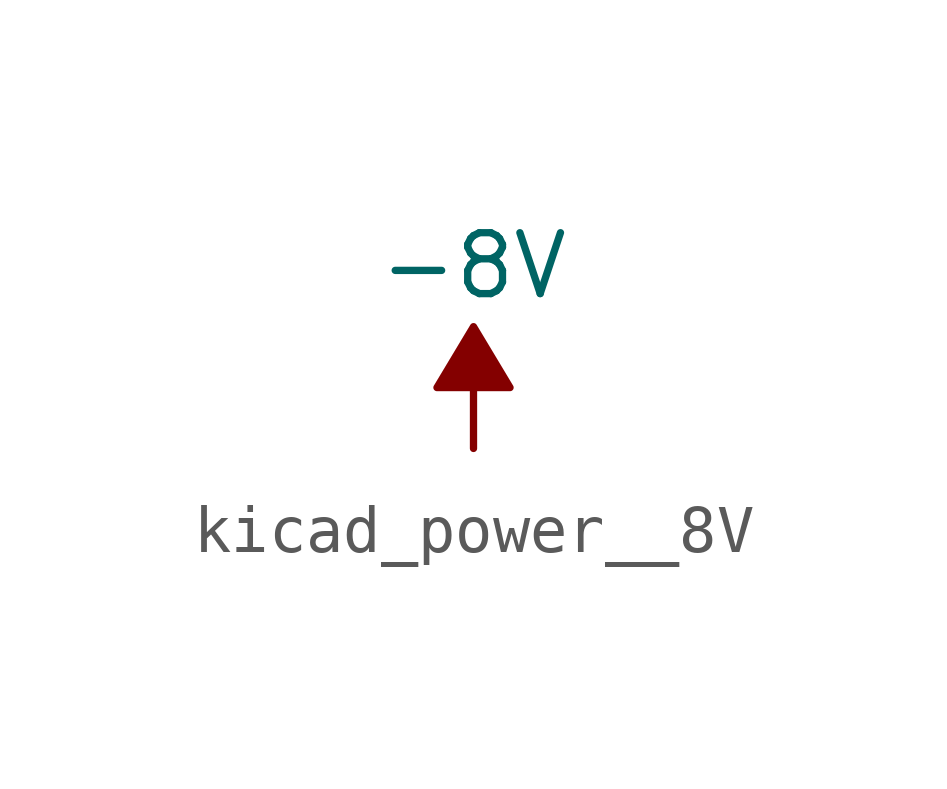
<source format=kicad_sym>
(kicad_symbol_lib
  (version 20220914)
  (generator kicad_symbol_editor)
  (symbol "kicad_power__8V"
    (power)
    (pin_names
      (offset 0))
    (property "Reference" "#PWR"
      (at 0 2.54 0)
      (effects (font (size 1.27 1.27)) hide))
    (property "Value" "-8V"
      (at 0 3.81 0)
      (effects (font (size 1.27 1.27))))
    (symbol "kicad_power__8V_0_0"
      (pin power_in line (at 0 0 90) (length 0) hide (name "-8V" (effects (font (size 1.27 1.27)))) (number "1" (effects (font (size 1.27 1.27))))))
    (symbol "kicad_power__8V_0_1"
      (polyline (pts (xy 0 0) (xy 0 1.27) (xy 0.762 1.27) (xy 0 2.54) (xy -0.762 1.27) (xy 0 1.27)) (stroke (width 0) (type default)) (fill (type outline))))))
</source>
